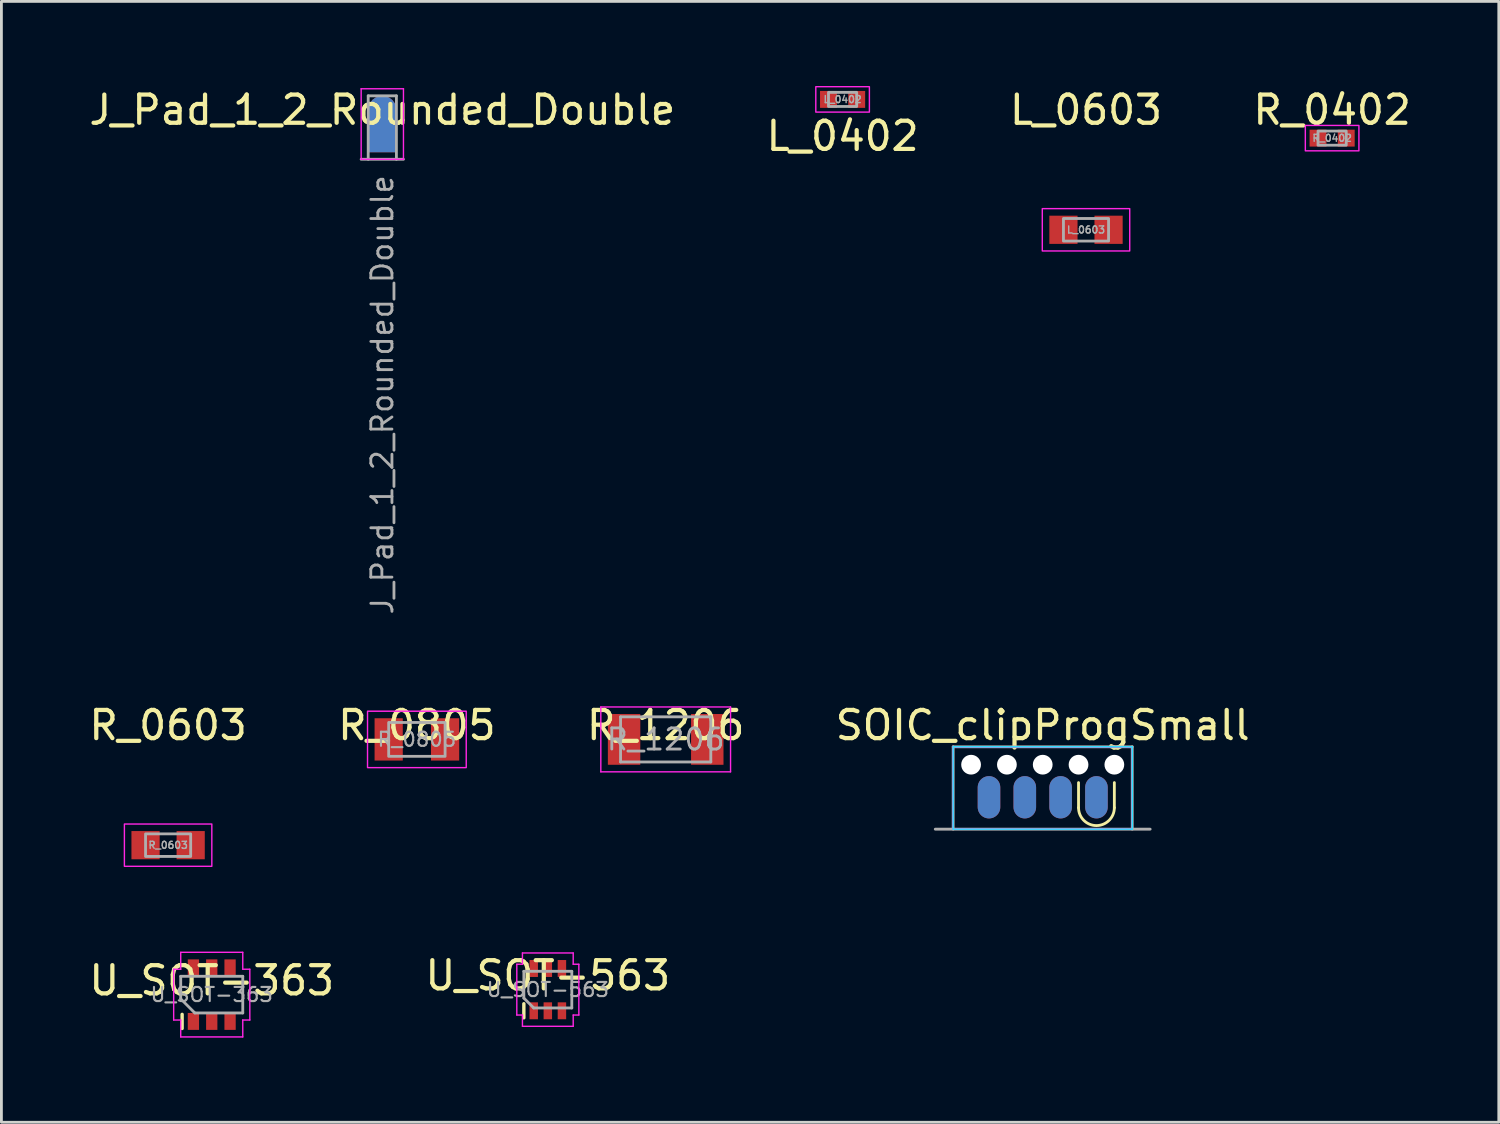
<source format=kicad_pcb>
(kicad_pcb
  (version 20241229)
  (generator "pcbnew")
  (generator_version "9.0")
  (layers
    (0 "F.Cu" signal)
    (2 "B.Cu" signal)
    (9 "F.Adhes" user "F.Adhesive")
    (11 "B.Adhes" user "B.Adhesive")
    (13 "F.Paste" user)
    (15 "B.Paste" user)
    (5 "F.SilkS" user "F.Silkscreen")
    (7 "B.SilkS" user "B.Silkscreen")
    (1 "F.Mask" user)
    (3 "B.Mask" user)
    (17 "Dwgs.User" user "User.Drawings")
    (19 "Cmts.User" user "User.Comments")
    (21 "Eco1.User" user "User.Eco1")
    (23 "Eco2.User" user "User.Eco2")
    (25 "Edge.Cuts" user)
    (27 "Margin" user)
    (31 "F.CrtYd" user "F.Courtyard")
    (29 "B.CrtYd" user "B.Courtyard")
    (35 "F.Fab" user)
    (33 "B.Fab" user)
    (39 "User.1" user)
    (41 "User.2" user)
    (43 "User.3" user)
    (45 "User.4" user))
  (footprint "L_0402"
    (layer "F.Cu")
    (at 26.827 0.475)
    (property "Reference" "L_0402" (at 0 1.3 0) (unlocked yes) (layer "F.SilkS") (effects (font (size 1 1) (thickness 0.15))))
    (attr smd)
    (fp_rect (start -0.95 -0.45) (end 0.95 0.45) (stroke (width 0.05) (type default)) (fill no) (layer "F.CrtYd"))
    (fp_rect (start -0.5 -0.25) (end 0.5 0.25) (stroke (width 0.1) (type default)) (fill no) (layer "F.Fab"))
    (fp_text user "${REFERENCE}" (at 0 0 0) (layer "F.Fab") (effects (font (size 0.25 0.25) (thickness 0.05) (bold yes))))
    (pad "1" smd rect (at -0.5 0) (size 0.6 0.6) (layers "F.Cu" "F.Mask" "F.Paste"))
    (pad "2" smd rect (at 0.5 0) (size 0.6 0.6) (layers "F.Cu" "F.Mask" "F.Paste")))
  (footprint "U_SOT-363"
    (layer "F.Cu")
    (at 4.458 32.218)
    (property "Reference" "U_SOT-363" (at 0 -0.5 0) (unlocked yes) (layer "F.SilkS") (effects (font (size 1 1) (thickness 0.15))))
    (attr smd)
    (fp_line (start -1.05 0.7) (end -1.05 1.2) (stroke (width 0.12) (type solid)) (layer "F.SilkS"))
    (fp_line (start -1.35 -0.9) (end -1.35 0.9) (stroke (width 0.05) (type default)) (layer "F.CrtYd"))
    (fp_line (start -1.35 0.9) (end -1.1 0.9) (stroke (width 0.05) (type default)) (layer "F.CrtYd"))
    (fp_line (start -1.1 -1.5) (end -1.1 -0.9) (stroke (width 0.05) (type default)) (layer "F.CrtYd"))
    (fp_line (start -1.1 -1.5) (end 1.1 -1.5) (stroke (width 0.05) (type default)) (layer "F.CrtYd"))
    (fp_line (start -1.1 -0.9) (end -1.35 -0.9) (stroke (width 0.05) (type default)) (layer "F.CrtYd"))
    (fp_line (start -1.1 0.9) (end -1.1 1.5) (stroke (width 0.05) (type default)) (layer "F.CrtYd"))
    (fp_line (start 1.1 -0.9) (end 1.1 -1.5) (stroke (width 0.05) (type default)) (layer "F.CrtYd"))
    (fp_line (start 1.1 0.9) (end 1.35 0.9) (stroke (width 0.05) (type default)) (layer "F.CrtYd"))
    (fp_line (start 1.1 1.5) (end -1.1 1.5) (stroke (width 0.05) (type default)) (layer "F.CrtYd"))
    (fp_line (start 1.1 1.5) (end 1.1 0.9) (stroke (width 0.05) (type default)) (layer "F.CrtYd"))
    (fp_line (start 1.35 -0.9) (end 1.1 -0.9) (stroke (width 0.05) (type default)) (layer "F.CrtYd"))
    (fp_line (start 1.35 0.9) (end 1.35 -0.9) (stroke (width 0.05) (type default)) (layer "F.CrtYd"))
    (fp_line (start -1.1 -0.65) (end 1.1 -0.65) (stroke (width 0.1) (type solid)) (layer "F.Fab"))
    (fp_line (start -1.1 0.15) (end -1.1 -0.65) (stroke (width 0.1) (type default)) (layer "F.Fab"))
    (fp_line (start -1.1 0.15) (end -0.6 0.65) (stroke (width 0.1) (type solid)) (layer "F.Fab"))
    (fp_line (start -0.6 0.65) (end 1.1 0.65) (stroke (width 0.1) (type solid)) (layer "F.Fab"))
    (fp_line (start 1.1 0.65) (end 1.1 -0.65) (stroke (width 0.1) (type default)) (layer "F.Fab"))
    (fp_text user "${REFERENCE}" (at 0 0 0) (layer "F.Fab") (effects (font (size 0.5 0.5) (thickness 0.075))))
    (pad "1" smd rect (at -0.65 0.95 90) (size 0.6 0.4) (layers "F.Cu" "F.Mask" "F.Paste"))
    (pad "2" smd rect (at 0 0.95 90) (size 0.6 0.4) (layers "F.Cu" "F.Mask" "F.Paste"))
    (pad "3" smd rect (at 0.65 0.95 90) (size 0.6 0.4) (layers "F.Cu" "F.Mask" "F.Paste"))
    (pad "4" smd rect (at 0.65 -0.95 90) (size 0.6 0.4) (layers "F.Cu" "F.Mask" "F.Paste"))
    (pad "5" smd rect (at 0 -0.95 90) (size 0.6 0.4) (layers "F.Cu" "F.Mask" "F.Paste"))
    (pad "6" smd rect (at -0.65 -0.95 90) (size 0.6 0.4) (layers "F.Cu" "F.Mask" "F.Paste")))
  (footprint "R_0603"
    (layer "F.Cu")
    (at 2.911 26.918)
    (property "Reference" "R_0603" (at 0 -4.25 0) (unlocked yes) (layer "F.SilkS") (effects (font (size 1 1) (thickness 0.15))))
    (attr smd)
    (fp_rect (start -1.55 0.75) (end 1.55 -0.75) (stroke (width 0.05) (type default)) (fill no) (layer "F.CrtYd"))
    (fp_rect (start -0.8 0.4) (end 0.8 -0.4) (stroke (width 0.1) (type default)) (fill no) (layer "F.Fab"))
    (fp_text user "${REFERENCE}" (at 0 0 0) (layer "F.Fab") (effects (font (size 0.25 0.25) (thickness 0.05))))
    (pad "1" smd rect (at -0.8 0) (size 1 1) (layers "F.Cu" "F.Mask" "F.Paste"))
    (pad "2" smd rect (at 0.8 0) (size 1 1) (layers "F.Cu" "F.Mask" "F.Paste")))
  (footprint "U_SOT-563"
    (layer "F.Cu")
    (at 16.375 32.041)
    (property "Reference" "U_SOT-563" (at 0 -0.5 0) (unlocked yes) (layer "F.SilkS") (effects (font (size 1 1) (thickness 0.15))))
    (attr smd)
    (fp_line (start -0.85 1) (end -0.85 0.5) (stroke (width 0.12) (type solid)) (layer "F.SilkS"))
    (fp_line (start -1.1 -0.9) (end -1.1 0.9) (stroke (width 0.05) (type default)) (layer "F.CrtYd"))
    (fp_line (start -1.1 0.9) (end -0.9 0.9) (stroke (width 0.05) (type default)) (layer "F.CrtYd"))
    (fp_line (start -0.9 -1.3) (end -0.9 -0.9) (stroke (width 0.05) (type default)) (layer "F.CrtYd"))
    (fp_line (start -0.9 -1.3) (end 0.9 -1.3) (stroke (width 0.05) (type default)) (layer "F.CrtYd"))
    (fp_line (start -0.9 -0.9) (end -1.1 -0.9) (stroke (width 0.05) (type default)) (layer "F.CrtYd"))
    (fp_line (start -0.9 0.9) (end -0.9 1.3) (stroke (width 0.05) (type default)) (layer "F.CrtYd"))
    (fp_line (start 0.9 -0.9) (end 0.9 -1.3) (stroke (width 0.05) (type default)) (layer "F.CrtYd"))
    (fp_line (start 0.9 0.9) (end 1.1 0.9) (stroke (width 0.05) (type default)) (layer "F.CrtYd"))
    (fp_line (start 0.9 1.3) (end -0.9 1.3) (stroke (width 0.05) (type default)) (layer "F.CrtYd"))
    (fp_line (start 0.9 1.3) (end 0.9 0.9) (stroke (width 0.05) (type default)) (layer "F.CrtYd"))
    (fp_line (start 1.1 -0.9) (end 0.9 -0.9) (stroke (width 0.05) (type default)) (layer "F.CrtYd"))
    (fp_line (start 1.1 0.9) (end 1.1 -0.9) (stroke (width 0.05) (type default)) (layer "F.CrtYd"))
    (fp_line (start -0.85 -0.65) (end -0.85 0.3) (stroke (width 0.1) (type solid)) (layer "F.Fab"))
    (fp_line (start -0.5 0.65) (end -0.85 0.3) (stroke (width 0.1) (type solid)) (layer "F.Fab"))
    (fp_line (start -0.5 0.65) (end 0.85 0.65) (stroke (width 0.1) (type solid)) (layer "F.Fab"))
    (fp_line (start 0.85 -0.65) (end -0.85 -0.65) (stroke (width 0.1) (type solid)) (layer "F.Fab"))
    (fp_line (start 0.85 0.65) (end 0.85 -0.65) (stroke (width 0.1) (type solid)) (layer "F.Fab"))
    (fp_text user "${REFERENCE}" (at 0 0 180) (layer "F.Fab") (effects (font (size 0.5 0.5) (thickness 0.075))))
    (pad "1" smd rect (at -0.5 0.75 90) (size 0.6 0.3) (layers "F.Cu" "F.Mask" "F.Paste"))
    (pad "2" smd rect (at 0 0.75 90) (size 0.6 0.3) (layers "F.Cu" "F.Mask" "F.Paste"))
    (pad "3" smd rect (at 0.5 0.75 90) (size 0.6 0.3) (layers "F.Cu" "F.Mask" "F.Paste"))
    (pad "4" smd rect (at 0.5 -0.75 90) (size 0.6 0.3) (layers "F.Cu" "F.Mask" "F.Paste"))
    (pad "5" smd rect (at 0 -0.75 90) (size 0.6 0.3) (layers "F.Cu" "F.Mask" "F.Paste"))
    (pad "6" smd rect (at -0.5 -0.75 90) (size 0.6 0.3) (layers "F.Cu" "F.Mask" "F.Paste")))
  (footprint "J_Pad_1_2_Rounded_Double"
    (layer "F.Cu")
    (at 10.506 1.348)
    (property "Reference" "J_Pad_1_2_Rounded_Double" (at 0 -0.5 0) (unlocked yes) (layer "F.SilkS") (effects (font (size 1 1) (thickness 0.15))))
    (property "Value" "J_Pad_1_2_Rounded_Double" (at 0 1 0) (unlocked yes) (layer "F.Fab") (hide yes) (effects (font (size 1 1) (thickness 0.15))))
    (attr smd exclude_from_pos_files exclude_from_bom)
    (fp_line (start -0.75 -1.25) (end 0.75 -1.25) (stroke (width 0.05) (type default)) (layer "F.CrtYd"))
    (fp_line (start -0.75 1.25) (end -0.75 -1.25) (stroke (width 0.05) (type default)) (layer "F.CrtYd"))
    (fp_line (start -0.75 1.25) (end 0.75 1.25) (stroke (width 0.05) (type default)) (layer "F.CrtYd"))
    (fp_line (start 0.75 -1.25) (end 0.75 1.25) (stroke (width 0.05) (type default)) (layer "F.CrtYd"))
    (fp_line (start -0.75 1.25) (end 0.75 1.25) (stroke (width 0.1) (type default)) (layer "F.Fab"))
    (fp_line (start -0.5 -1) (end -0.5 1.25) (stroke (width 0.1) (type default)) (layer "F.Fab"))
    (fp_line (start 0.5 -1) (end -0.5 -1) (stroke (width 0.1) (type default)) (layer "F.Fab"))
    (fp_line (start 0.5 1.25) (end 0.5 -1) (stroke (width 0.1) (type default)) (layer "F.Fab"))
    (fp_text user "${VALUE}" (at 0 1.75 90) (layer "F.Fab") (effects (font (size 0.75 0.75) (thickness 0.1)) (justify right)))
    (pad "1" smd roundrect (at 0 0 90) (size 2 1) (layers "F.Cu" "F.Mask") (roundrect_rratio 0.5) (chamfer_ratio 0) (chamfer top_left bottom_left))
    (pad "1" smd roundrect (at 0 0 270) (size 2 1) (layers "B.Cu" "B.Mask") (roundrect_rratio 0.5) (chamfer_ratio 0) (chamfer top_right bottom_right)))
  (footprint "SOIC_clipProgSmall"
    (layer "F.Cu")
    (at 33.923 25.97)
    (property "Reference" "SOIC_clipProgSmall" (at 0 -3.302 0) (layer "F.SilkS") (effects (font (size 1 1) (thickness 0.15))))
    (attr through_hole exclude_from_pos_files exclude_from_bom)
    (fp_line (start 1.27 -0.381) (end 1.27 -1.27) (stroke (width 0.1) (type solid)) (layer "F.SilkS"))
    (fp_line (start 2.54 -0.381) (end 2.54 -1.27) (stroke (width 0.1) (type solid)) (layer "F.SilkS"))
    (fp_arc (start 2.54 -0.381) (mid 1.905 0.254) (end 1.27 -0.381) (stroke (width 0.1) (type solid)) (layer "F.SilkS"))
    (fp_line (start -3.175 -2.54) (end 3.175 -2.54) (stroke (width 0.05) (type solid)) (layer "B.CrtYd"))
    (fp_line (start -3.175 0.381) (end -3.175 -2.54) (stroke (width 0.05) (type solid)) (layer "B.CrtYd"))
    (fp_line (start 3.175 -2.54) (end 3.175 0.381) (stroke (width 0.05) (type solid)) (layer "B.CrtYd"))
    (fp_line (start 3.175 0.381) (end -3.175 0.381) (stroke (width 0.05) (type solid)) (layer "B.CrtYd"))
    (fp_line (start -3.175 -2.54) (end -3.175 0.381) (stroke (width 0.05) (type solid)) (layer "F.CrtYd"))
    (fp_line (start -3.175 0.381) (end 3.175 0.381) (stroke (width 0.05) (type solid)) (layer "F.CrtYd"))
    (fp_line (start 3.175 -2.54) (end -3.175 -2.54) (stroke (width 0.05) (type solid)) (layer "F.CrtYd"))
    (fp_line (start 3.175 0.381) (end 3.175 -2.54) (stroke (width 0.05) (type solid)) (layer "F.CrtYd"))
    (fp_line (start -3.81 0.381) (end 3.81 0.381) (stroke (width 0.1) (type solid)) (layer "F.Fab"))
    (fp_line (start -3.175 -2.54) (end -3.175 0.381) (stroke (width 0.1) (type solid)) (layer "F.Fab"))
    (fp_line (start 3.175 -2.54) (end -3.175 -2.54) (stroke (width 0.1) (type solid)) (layer "F.Fab"))
    (fp_line (start 3.175 0.381) (end 3.175 -2.54) (stroke (width 0.1) (type solid)) (layer "F.Fab"))
    (pad "" np_thru_hole circle (at -2.54 -1.905) (size 0.7 0.7) (drill 0.7) (layers "*.Cu" "*.Mask"))
    (pad "" np_thru_hole circle (at -1.27 -1.905) (size 0.7 0.7) (drill 0.7) (layers "*.Cu" "*.Mask"))
    (pad "" np_thru_hole circle (at 0 -1.905) (size 0.7 0.7) (drill 0.7) (layers "*.Cu" "*.Mask"))
    (pad "" np_thru_hole circle (at 1.27 -1.905) (size 0.7 0.7) (drill 0.7) (layers "*.Cu" "*.Mask"))
    (pad "" np_thru_hole circle (at 2.54 -1.905) (size 0.7 0.7) (drill 0.7) (layers "*.Cu" "*.Mask"))
    (pad "1" smd oval (at 1.905 -0.75) (size 0.8 1.5) (layers "F.Cu" "F.Mask"))
    (pad "2" smd oval (at 0.635 -0.75) (size 0.8 1.5) (layers "F.Cu" "F.Mask"))
    (pad "3" smd oval (at -0.635 -0.75) (size 0.8 1.5) (layers "F.Cu" "F.Mask"))
    (pad "4" smd oval (at -1.905 -0.75) (size 0.8 1.5) (layers "F.Cu" "F.Mask"))
    (pad "5" smd oval (at -1.905 -0.75) (size 0.8 1.5) (layers "B.Cu" "B.Mask"))
    (pad "6" smd oval (at -0.635 -0.75) (size 0.8 1.5) (layers "B.Cu" "B.Mask"))
    (pad "7" smd oval (at 0.635 -0.75) (size 0.8 1.5) (layers "B.Cu" "B.Mask"))
    (pad "8" smd oval (at 1.905 -0.75) (size 0.8 1.5) (layers "B.Cu" "B.Mask")))
  (footprint "R_0402"
    (layer "F.Cu")
    (at 44.185 1.848)
    (property "Reference" "R_0402" (at 0 -1 0) (unlocked yes) (layer "F.SilkS") (effects (font (size 1 1) (thickness 0.15))))
    (attr smd)
    (fp_rect (start -0.95 -0.45) (end 0.95 0.45) (stroke (width 0.05) (type default)) (fill no) (layer "F.CrtYd"))
    (fp_rect (start -0.5 -0.25) (end 0.5 0.25) (stroke (width 0.1) (type default)) (fill no) (layer "F.Fab"))
    (fp_text user "${REFERENCE}" (at 0 0 0) (layer "F.Fab") (effects (font (size 0.25 0.25) (thickness 0.05) (bold yes))))
    (pad "1" smd rect (at -0.5 0) (size 0.6 0.6) (layers "F.Cu" "F.Mask" "F.Paste"))
    (pad "2" smd rect (at 0.5 0) (size 0.6 0.6) (layers "F.Cu" "F.Mask" "F.Paste")))
  (footprint "R_0805"
    (layer "F.Cu")
    (at 11.732 23.168)
    (property "Reference" "R_0805" (at 0 -0.5 0) (unlocked yes) (layer "F.SilkS") (effects (font (size 1 1) (thickness 0.15))))
    (attr smd)
    (fp_rect (start 1.75 1) (end -1.75 -1) (stroke (width 0.05) (type default)) (fill no) (layer "F.CrtYd"))
    (fp_rect (start -1 0.6) (end 1 -0.6) (stroke (width 0.1) (type default)) (fill no) (layer "F.Fab"))
    (fp_text user "${REFERENCE}" (at 0 0 0) (layer "F.Fab") (effects (font (size 0.5 0.5) (thickness 0.075))))
    (pad "1" smd rect (at -1 0) (size 1 1.5) (layers "F.Cu" "F.Mask" "F.Paste"))
    (pad "2" smd rect (at 1 0) (size 1 1.5) (layers "F.Cu" "F.Mask" "F.Paste")))
  (footprint "L_0603"
    (layer "F.Cu")
    (at 35.458 5.098)
    (property "Reference" "L_0603" (at 0 -4.25 0) (unlocked yes) (layer "F.SilkS") (effects (font (size 1 1) (thickness 0.15))))
    (attr smd)
    (fp_rect (start -1.55 0.75) (end 1.55 -0.75) (stroke (width 0.05) (type default)) (fill no) (layer "F.CrtYd"))
    (fp_rect (start -0.8 0.4) (end 0.8 -0.4) (stroke (width 0.1) (type default)) (fill no) (layer "F.Fab"))
    (fp_text user "${REFERENCE}" (at 0 0 0) (unlocked yes) (layer "F.Fab") (effects (font (size 0.25 0.25) (thickness 0.05))))
    (pad "1" smd rect (at -0.8 0) (size 1 1) (layers "F.Cu" "F.Mask" "F.Paste"))
    (pad "2" smd rect (at 0.8 0) (size 1 1) (layers "F.Cu" "F.Mask" "F.Paste")))
  (footprint "R_1206"
    (layer "F.Cu")
    (at 20.554 23.168)
    (property "Reference" "R_1206" (at 0 -0.5 0) (unlocked yes) (layer "F.SilkS") (effects (font (size 1 1) (thickness 0.15))))
    (attr smd)
    (fp_line (start -2.3 -1.15) (end 2.3 -1.15) (stroke (width 0.05) (type solid)) (layer "F.CrtYd"))
    (fp_line (start -2.3 1.15) (end -2.3 -1.15) (stroke (width 0.05) (type solid)) (layer "F.CrtYd"))
    (fp_line (start 2.3 -1.15) (end 2.3 1.15) (stroke (width 0.05) (type solid)) (layer "F.CrtYd"))
    (fp_line (start 2.3 1.15) (end -2.3 1.15) (stroke (width 0.05) (type solid)) (layer "F.CrtYd"))
    (fp_line (start -1.6 -0.8) (end 1.6 -0.8) (stroke (width 0.1) (type solid)) (layer "F.Fab"))
    (fp_line (start -1.6 0.8) (end -1.6 -0.8) (stroke (width 0.1) (type solid)) (layer "F.Fab"))
    (fp_line (start 1.6 -0.8) (end 1.6 0.8) (stroke (width 0.1) (type solid)) (layer "F.Fab"))
    (fp_line (start 1.6 0.8) (end -1.6 0.8) (stroke (width 0.1) (type solid)) (layer "F.Fab"))
    (fp_text user "${REFERENCE}" (at 0 0 0) (layer "F.Fab") (effects (font (size 0.75 0.75) (thickness 0.1))))
    (pad "1" smd rect (at -1.475 0) (size 1.15 1.8) (layers "F.Cu" "F.Mask" "F.Paste"))
    (pad "2" smd rect (at 1.475 0) (size 1.15 1.8) (layers "F.Cu" "F.Mask" "F.Paste")))
  (gr_rect
    (start -3 -3)
    (end 50.095 36.743)
    (stroke (width 0.1) (type default))
    (fill no)
    (layer "Edge.Cuts")))
</source>
